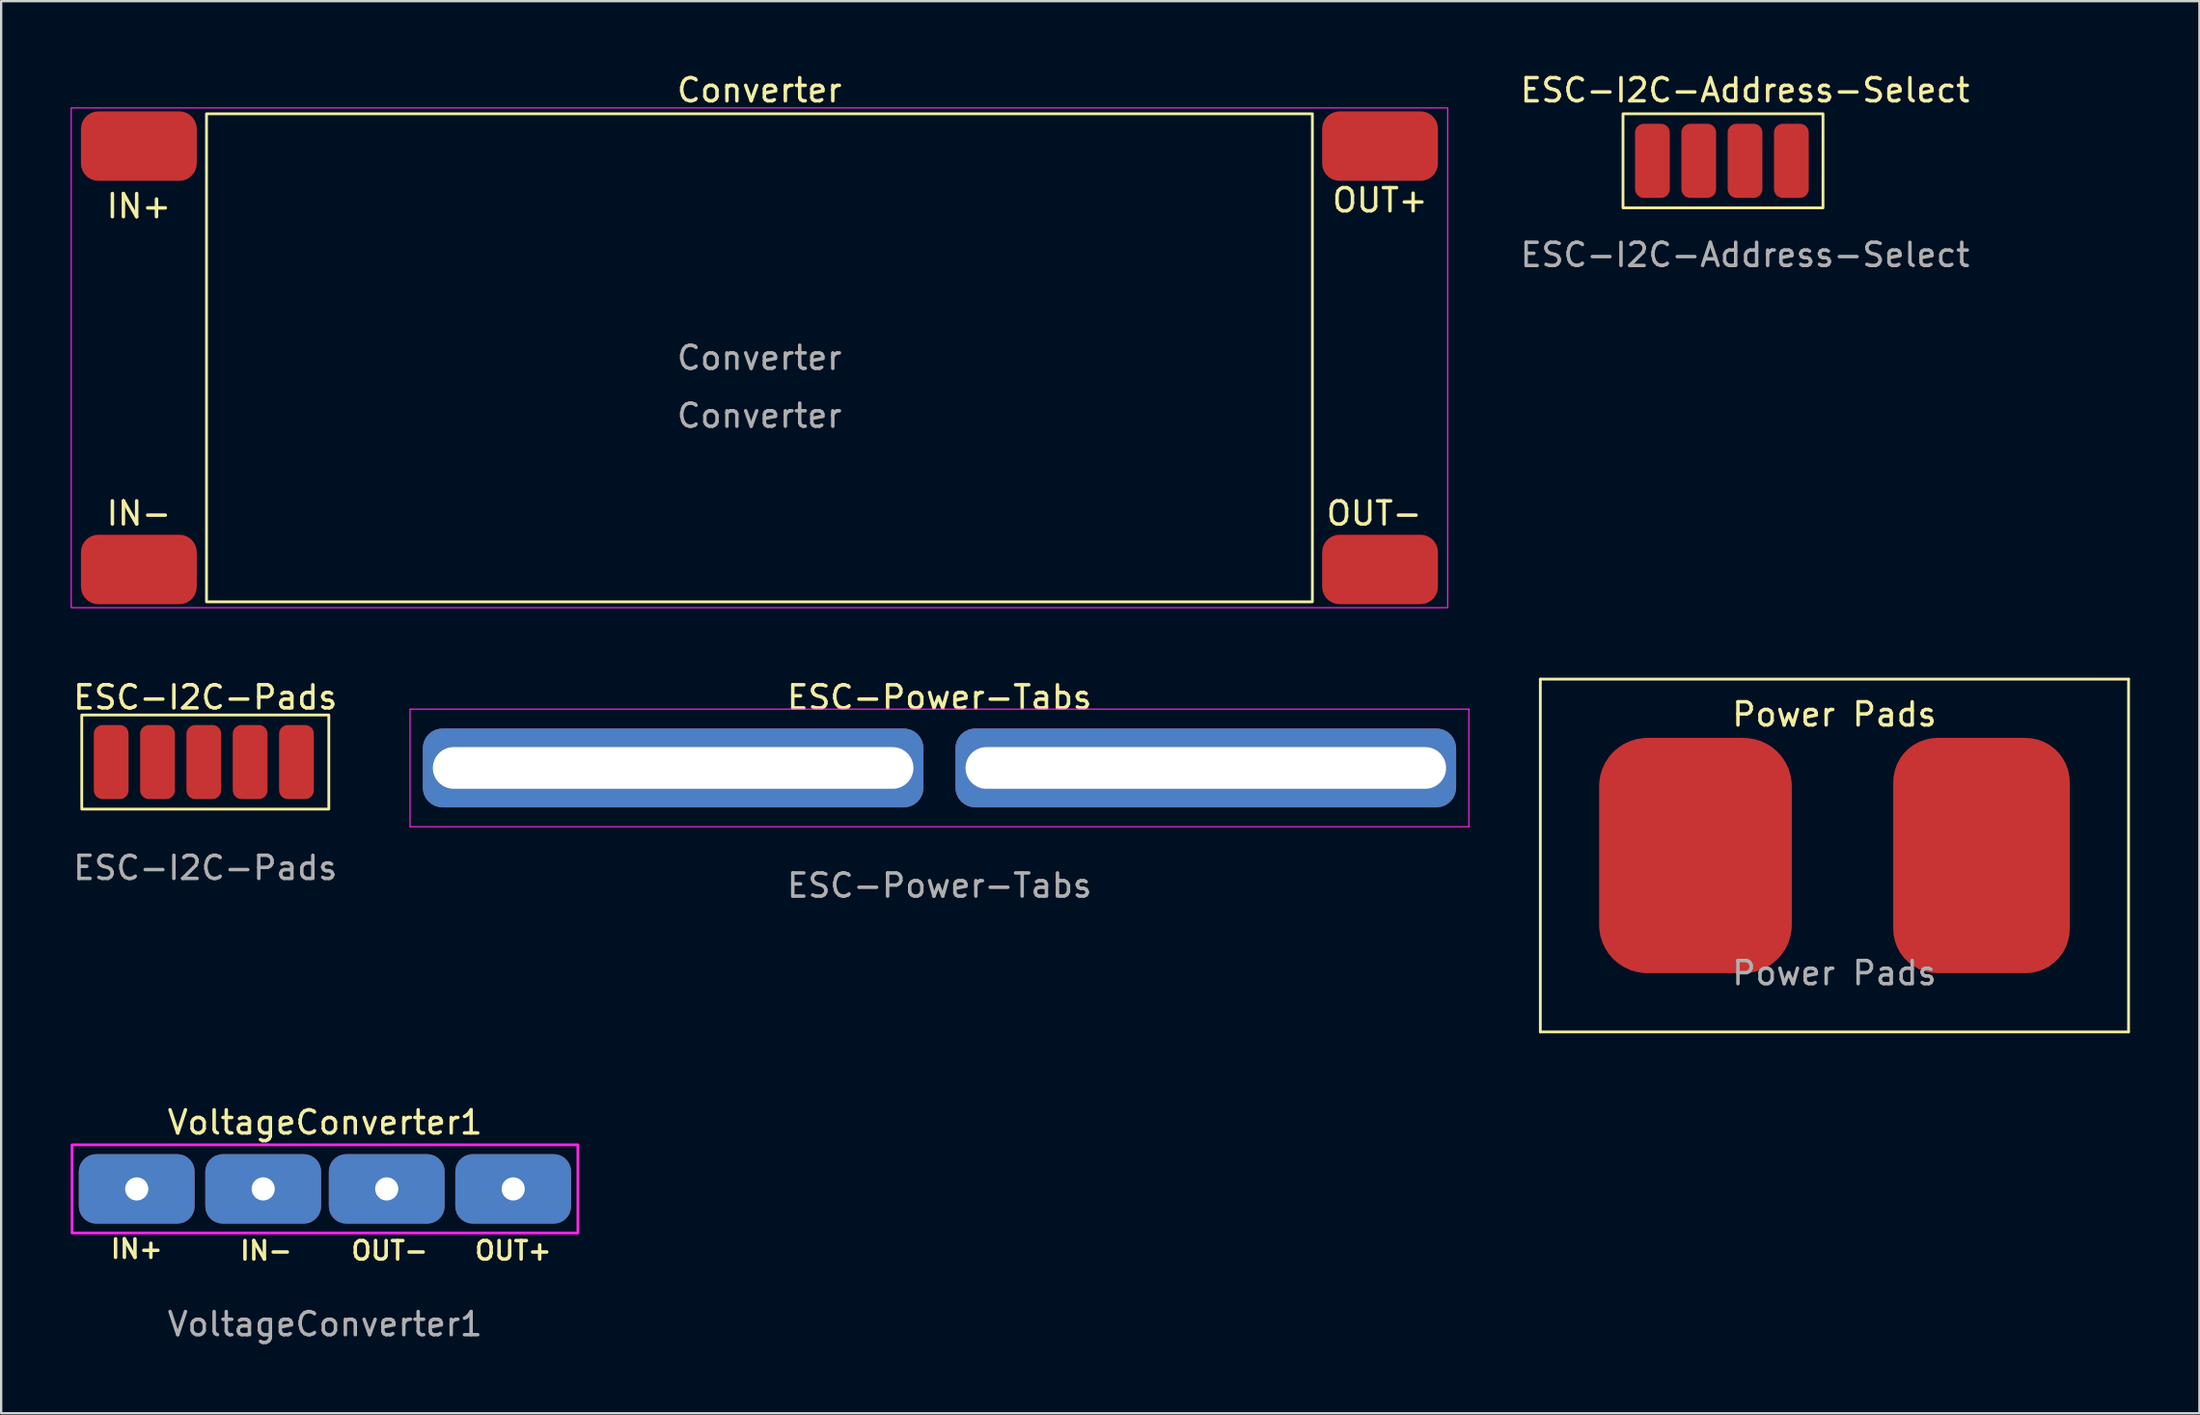
<source format=kicad_pcb>
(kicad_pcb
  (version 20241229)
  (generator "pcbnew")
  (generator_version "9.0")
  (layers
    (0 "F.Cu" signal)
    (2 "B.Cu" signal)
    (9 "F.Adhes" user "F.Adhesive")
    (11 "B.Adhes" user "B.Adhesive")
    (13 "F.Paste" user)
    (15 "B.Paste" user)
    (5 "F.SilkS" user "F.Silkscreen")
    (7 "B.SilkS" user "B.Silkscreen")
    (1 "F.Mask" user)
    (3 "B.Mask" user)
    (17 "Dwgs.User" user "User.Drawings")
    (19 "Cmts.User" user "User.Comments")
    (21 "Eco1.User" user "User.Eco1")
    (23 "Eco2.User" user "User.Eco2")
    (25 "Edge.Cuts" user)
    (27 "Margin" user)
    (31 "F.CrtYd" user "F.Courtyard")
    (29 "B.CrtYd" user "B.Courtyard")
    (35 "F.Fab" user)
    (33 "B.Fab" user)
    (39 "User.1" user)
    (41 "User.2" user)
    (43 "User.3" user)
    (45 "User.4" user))
  (footprint "Power Pads"
    (layer "F.Cu")
    (at 76.161 33.905)
    (property "Reference" "Power Pads" (at 0 -6.096 0) (layer "F.SilkS") (effects (font (size 1 1) (thickness 0.15))))
    (attr smd)
    (fp_line (start -12.7 -7.62) (end 12.7 -7.62) (stroke (width 0.12) (type solid)) (layer "F.SilkS"))
    (fp_line (start -12.7 7.62) (end -12.7 -7.62) (stroke (width 0.12) (type solid)) (layer "F.SilkS"))
    (fp_line (start 12.7 -7.62) (end 12.7 7.62) (stroke (width 0.12) (type solid)) (layer "F.SilkS"))
    (fp_line (start 12.7 7.62) (end -12.7 7.62) (stroke (width 0.12) (type solid)) (layer "F.SilkS"))
    (fp_text user "${REFERENCE}" (at 0 5.08 0) (unlocked yes) (layer "F.Fab") (effects (font (size 1 1) (thickness 0.15))))
    (pad "1" smd roundrect (at -6.001 0 90) (size 10.16 8.319) (layers "F.Cu" "F.Mask" "F.Paste") (roundrect_rratio 0.25))
    (pad "2" smd roundrect (at 6.35 0) (size 7.62 10.16) (layers "F.Cu" "F.Mask" "F.Paste") (roundrect_rratio 0.25)))
  (footprint "ESC-I2C-Address-Select"
    (layer "F.Cu")
    (at 68.301 3.896)
    (property "Reference" "ESC-I2C-Address-Select" (at 4 -3.048 0) (unlocked yes) (layer "F.SilkS") (effects (font (size 1 1) (thickness 0.15))))
    (attr smd)
    (fp_rect (start -1.27 -2.032) (end 7.366 2.032) (stroke (width 0.12) (type solid)) (fill no) (layer "F.SilkS"))
    (fp_rect (start -1.27 -2.032) (end 7.366 2.032) (stroke (width 0.12) (type solid)) (fill no) (layer "Margin"))
    (fp_text user "${REFERENCE}" (at 4 4.064 0) (unlocked yes) (layer "F.Fab") (effects (font (size 1 1) (thickness 0.15))))
    (pad "1" smd roundrect (at 0 0) (size 1.5 3.2) (layers "F.Cu" "F.Mask" "F.Paste") (roundrect_rratio 0.25))
    (pad "2" smd roundrect (at 2 0) (size 1.5 3.2) (layers "F.Cu" "F.Mask" "F.Paste") (roundrect_rratio 0.25))
    (pad "3" smd roundrect (at 4 0) (size 1.5 3.2) (layers "F.Cu" "F.Mask" "F.Paste") (roundrect_rratio 0.25))
    (pad "4" smd roundrect (at 6 0) (size 1.5 3.2) (layers "F.Cu" "F.Mask" "F.Paste") (roundrect_rratio 0.25)))
  (footprint "ESC-Power-Tabs"
    (layer "F.Cu")
    (at 37.516 30.122)
    (property "Reference" "ESC-Power-Tabs" (at 0 -3.048 0) (layer "F.SilkS") (effects (font (size 1 1) (thickness 0.15))))
    (attr smd)
    (fp_line (start -22.86 -2.54) (end 22.86 -2.54) (stroke (width 0.05) (type solid)) (layer "F.CrtYd"))
    (fp_line (start -22.86 2.54) (end -22.86 -2.54) (stroke (width 0.05) (type solid)) (layer "F.CrtYd"))
    (fp_line (start 22.86 -2.54) (end 22.86 2.54) (stroke (width 0.05) (type solid)) (layer "F.CrtYd"))
    (fp_line (start 22.86 2.54) (end -22.86 2.54) (stroke (width 0.05) (type solid)) (layer "F.CrtYd"))
    (fp_line (start -20.9 -0.8) (end -20.9 0.8) (stroke (width 0.12) (type solid)) (layer "User.1"))
    (fp_line (start -2 -0.8) (end -2 0.8) (stroke (width 0.12) (type solid)) (layer "User.1"))
    (fp_line (start -2 0.6) (end -20.9 0.6) (stroke (width 0.12) (type solid)) (layer "User.1"))
    (fp_line (start 2 -0.8) (end 2 0.8) (stroke (width 0.12) (type solid)) (layer "User.1"))
    (fp_line (start 20.9 -0.8) (end 20.9 0.8) (stroke (width 0.12) (type solid)) (layer "User.1"))
    (fp_line (start 20.9 0.6) (end 2 0.6) (stroke (width 0.12) (type solid)) (layer "User.1"))
    (fp_text user "${REFERENCE}" (at 0 5.08 0) (layer "F.Fab") (effects (font (size 1 1) (thickness 0.15))))
    (pad "1" thru_hole roundrect (at -11.5 0) (size 21.619 3.408) (drill oval 20.75 1.8) (layers "*.Cu" "*.Mask") (roundrect_rratio 0.25))
    (pad "2" thru_hole roundrect (at 11.5 0) (size 21.619 3.408) (drill oval 20.75 1.8) (layers "*.Cu" "*.Mask") (roundrect_rratio 0.25)))
  (footprint "VoltageConverter1"
    (layer "F.Cu")
    (at 10.982 48.306)
    (property "Reference" "VoltageConverter1" (at 0 -2.873 0) (unlocked yes) (layer "F.SilkS") (effects (font (size 1 1) (thickness 0.15))))
    (attr smd)
    (fp_rect (start -10.922 -1.905) (end 10.922 1.905) (stroke (width 0.12) (type solid)) (fill no) (layer "F.CrtYd"))
    (fp_text user "IN-" (at -2.54 2.667 0) (layer "F.SilkS") (effects (font (size 0.8 0.8) (thickness 0.15))))
    (fp_text user "OUT-" (at 2.794 2.667 0) (unlocked yes) (layer "F.SilkS") (effects (font (size 0.8 0.8) (thickness 0.15))))
    (fp_text user "IN+" (at -8.128 2.594 0) (layer "F.SilkS") (effects (font (size 0.8 0.8) (thickness 0.15))))
    (fp_text user "OUT+" (at 8.128 2.667 0) (unlocked yes) (layer "F.SilkS") (effects (font (size 0.8 0.8) (thickness 0.15))))
    (fp_text user "${REFERENCE}" (at 0 5.842 0) (unlocked yes) (layer "F.Fab") (effects (font (size 1 1) (thickness 0.15))))
    (pad "1" thru_hole roundrect (at -8.128 0) (size 5 3) (drill 1) (layers "*.Cu" "*.Mask") (roundrect_rratio 0.25))
    (pad "2" thru_hole roundrect (at -2.667 0) (size 5 3) (drill 1) (layers "*.Cu" "*.Mask") (roundrect_rratio 0.25))
    (pad "3" thru_hole roundrect (at 2.667 0) (size 5 3) (drill 1) (layers "*.Cu" "*.Mask") (roundrect_rratio 0.25))
    (pad "4" thru_hole roundrect (at 8.128 0) (size 5 3) (drill 1) (layers "*.Cu" "*.Mask") (roundrect_rratio 0.25)))
  (footprint "Converter"
    (layer "F.Cu")
    (at 29.743 12.405)
    (property "Reference" "Converter" (at 0 -11.557 0) (unlocked yes) (layer "F.SilkS") (effects (font (size 1 1) (thickness 0.15))))
    (attr smd)
    (fp_rect (start -23.876 -10.541) (end 23.876 10.541) (stroke (width 0.12) (type solid)) (fill no) (layer "F.SilkS"))
    (fp_rect (start -29.718 -10.795) (end 29.718 10.795) (stroke (width 0.05) (type solid)) (fill no) (layer "F.CrtYd"))
    (fp_text user "OUT-" (at 26.543 6.724 0) (unlocked yes) (layer "F.SilkS") (effects (font (size 1 1) (thickness 0.15))))
    (fp_text user "OUT+" (at 26.797 -6.804 0) (unlocked yes) (layer "F.SilkS") (effects (font (size 1 1) (thickness 0.15))))
    (fp_text user "IN-" (at -26.797 6.724 0) (layer "F.SilkS") (effects (font (size 1 1) (thickness 0.15))))
    (fp_text user "IN+" (at -26.797 -6.55 0) (layer "F.SilkS") (effects (font (size 1 1) (thickness 0.15))))
    (fp_text user "${REFERENCE}" (at 0 2.5 0) (unlocked yes) (layer "F.Fab") (effects (font (size 1 1) (thickness 0.15))))
    (fp_text user "${REFERENCE}" (at 0 0 0) (unlocked yes) (layer "F.Fab") (effects (font (size 1 1) (thickness 0.15))))
    (pad "1" smd roundrect (at -26.797 -9.144) (size 5 3) (layers "F.Cu" "F.Mask" "F.Paste") (roundrect_rratio 0.25))
    (pad "2" smd roundrect (at -26.797 9.144) (size 5 3) (layers "F.Cu" "F.Mask" "F.Paste") (roundrect_rratio 0.25))
    (pad "3" smd roundrect (at 26.797 9.144) (size 5 3) (layers "F.Cu" "F.Mask" "F.Paste") (roundrect_rratio 0.25))
    (pad "4" smd roundrect (at 26.797 -9.144) (size 5 3) (layers "F.Cu" "F.Mask" "F.Paste") (roundrect_rratio 0.25)))
  (footprint "ESC-I2C-Pads"
    (layer "F.Cu")
    (at 1.751 29.867)
    (property "Reference" "ESC-I2C-Pads" (at 4.064 -2.794 0) (layer "F.SilkS") (effects (font (size 1 1) (thickness 0.15))))
    (attr smd)
    (fp_rect (start -1.27 -2.032) (end 9.398 2.032) (stroke (width 0.12) (type solid)) (fill no) (layer "F.SilkS"))
    (fp_rect (start -1.27 -2.032) (end 9.398 2.032) (stroke (width 0.12) (type solid)) (fill no) (layer "Margin"))
    (fp_text user "${REFERENCE}" (at 4.064 4.572 0) (layer "F.Fab") (effects (font (size 1 1) (thickness 0.15))))
    (pad "1" smd roundrect (at 0 0) (size 1.5 3.2) (layers "F.Cu" "F.Mask" "F.Paste") (roundrect_rratio 0.25))
    (pad "2" smd roundrect (at 2 0) (size 1.5 3.2) (layers "F.Cu" "F.Mask" "F.Paste") (roundrect_rratio 0.25))
    (pad "3" smd roundrect (at 4 0) (size 1.5 3.2) (layers "F.Cu" "F.Mask" "F.Paste") (roundrect_rratio 0.25))
    (pad "4" smd roundrect (at 6 0) (size 1.5 3.2) (layers "F.Cu" "F.Mask" "F.Paste") (roundrect_rratio 0.25))
    (pad "5" smd roundrect (at 8 0) (size 1.5 3.2) (layers "F.Cu" "F.Mask" "F.Paste") (roundrect_rratio 0.25)))
  (gr_rect
    (start -3 -3)
    (end 91.921 57.997)
    (stroke (width 0.1) (type default))
    (fill no)
    (layer "Edge.Cuts")))
</source>
